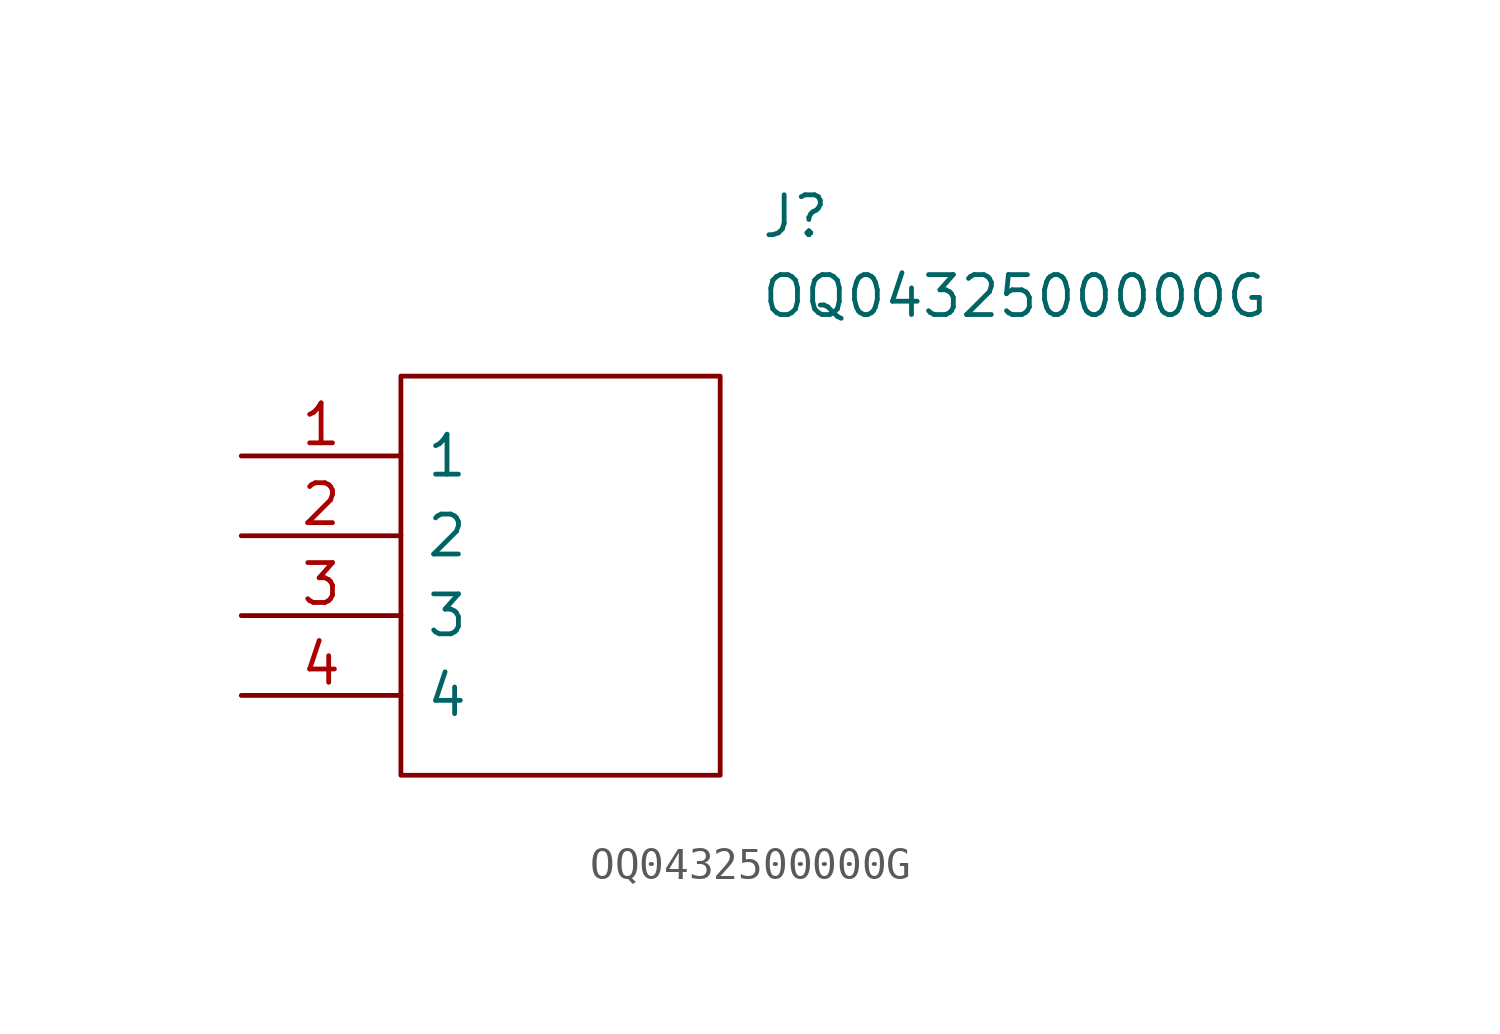
<source format=kicad_sym>
(kicad_symbol_lib
  (version 20211014)
  (generator kicad_symbol_editor)
  (symbol "OQ0432500000G"
    (pin_names
      (offset 0.762))
    (property "Reference" "J"
      (at 16.51 7.62 0)
      (effects (font (size 1.27 1.27)) (justify left)))
    (property "Value" "OQ0432500000G"
      (at 16.51 5.08 0)
      (effects (font (size 1.27 1.27)) (justify left)))
    (symbol "OQ0432500000G_0_0"
      (pin passive line (at 0 0 0) (length 5.08) (name "1" (effects (font (size 1.27 1.27)))) (number "1" (effects (font (size 1.27 1.27)))))
      (pin passive line (at 0 -2.54 0) (length 5.08) (name "2" (effects (font (size 1.27 1.27)))) (number "2" (effects (font (size 1.27 1.27)))))
      (pin passive line (at 0 -5.08 0) (length 5.08) (name "3" (effects (font (size 1.27 1.27)))) (number "3" (effects (font (size 1.27 1.27)))))
      (pin passive line (at 0 -7.62 0) (length 5.08) (name "4" (effects (font (size 1.27 1.27)))) (number "4" (effects (font (size 1.27 1.27))))))
    (symbol "OQ0432500000G_0_1"
      (polyline (pts (xy 5.08 2.54) (xy 15.24 2.54) (xy 15.24 -10.16) (xy 5.08 -10.16) (xy 5.08 2.54)) (stroke (width 0.152) (type default) (color 0 0 0 0)) (fill (type none))))))
</source>
